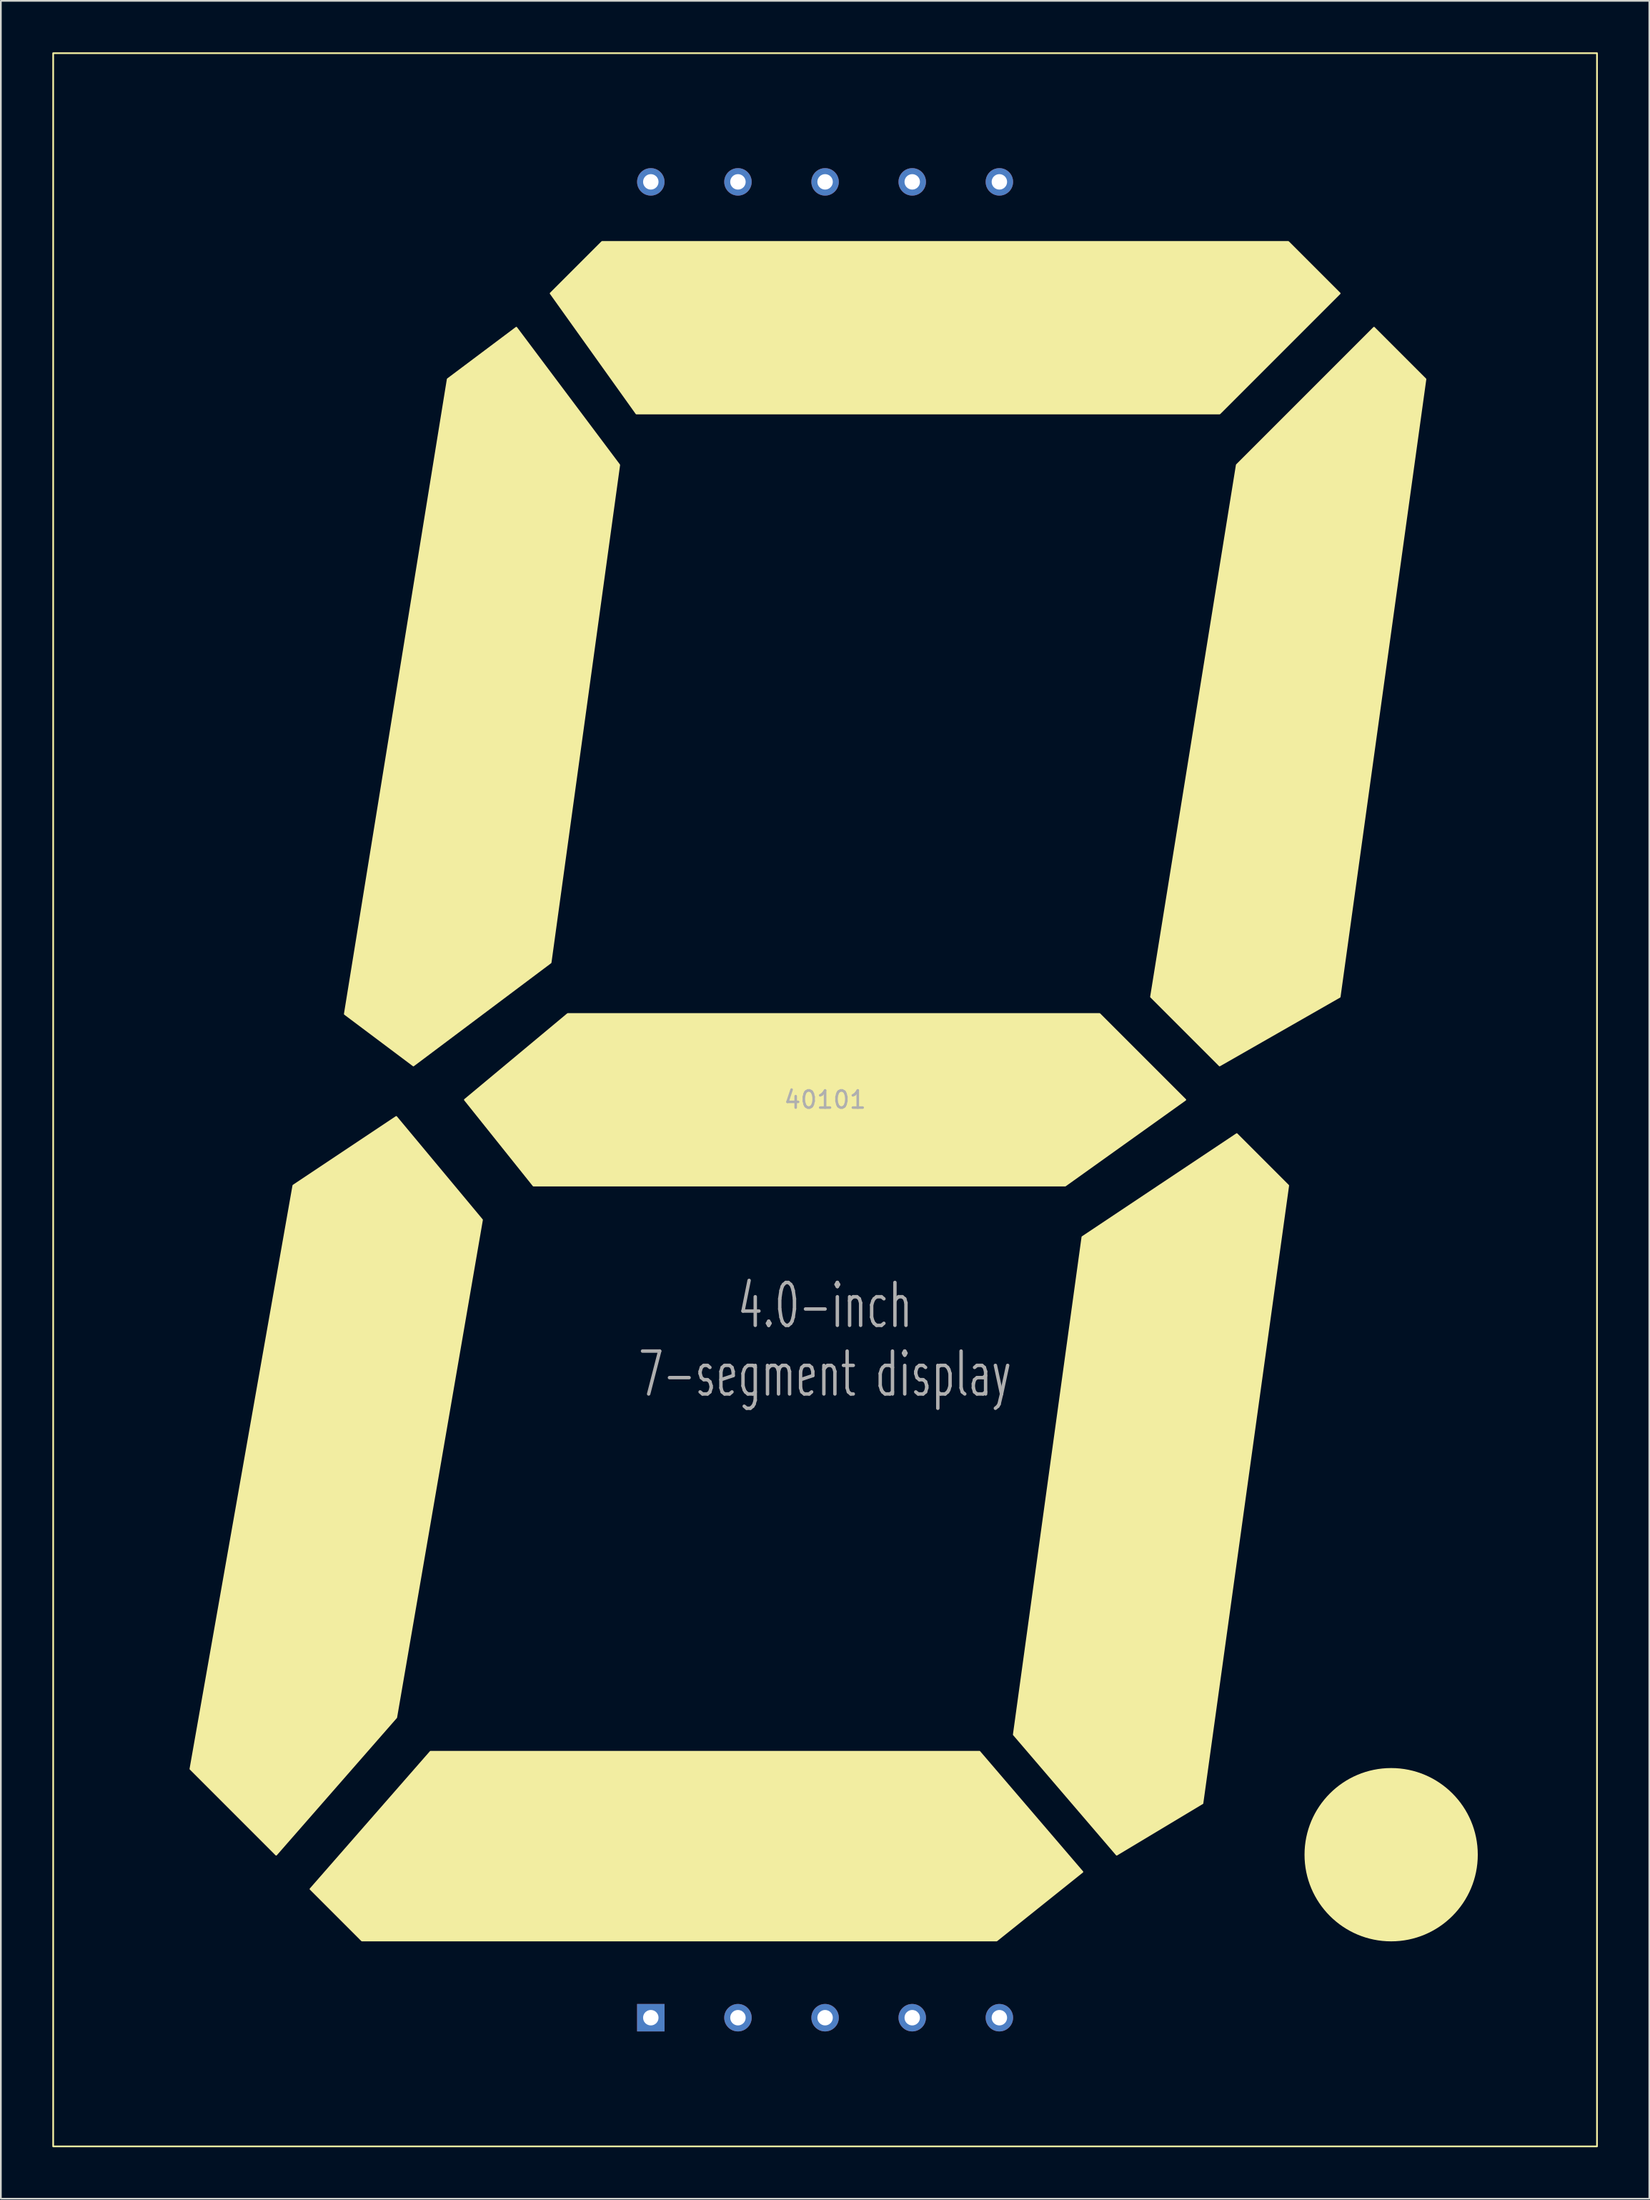
<source format=kicad_pcb>
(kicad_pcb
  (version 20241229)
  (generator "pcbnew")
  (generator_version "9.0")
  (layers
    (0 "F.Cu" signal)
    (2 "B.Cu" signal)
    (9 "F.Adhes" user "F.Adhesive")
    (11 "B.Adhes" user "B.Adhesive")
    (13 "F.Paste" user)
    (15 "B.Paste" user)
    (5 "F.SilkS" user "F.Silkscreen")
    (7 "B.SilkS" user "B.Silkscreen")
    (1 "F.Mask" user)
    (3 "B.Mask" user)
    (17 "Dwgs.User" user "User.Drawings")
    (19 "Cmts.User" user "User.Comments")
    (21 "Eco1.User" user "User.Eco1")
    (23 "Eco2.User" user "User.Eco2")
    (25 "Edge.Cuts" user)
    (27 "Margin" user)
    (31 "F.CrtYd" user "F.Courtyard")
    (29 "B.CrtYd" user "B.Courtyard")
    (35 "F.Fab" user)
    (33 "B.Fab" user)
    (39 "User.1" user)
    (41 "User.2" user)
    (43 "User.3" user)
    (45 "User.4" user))
  (footprint "40101"
    (layer "F.Cu")
    (at 45.05 61.05)
    (property "Reference" "40101" (at 0 -0.61 0) (unlocked yes) (layer "F.SilkS") (effects (font (size 1 1) (thickness 0.1))))
    (attr through_hole)
    (fp_rect (start -45 -61) (end 45 61) (stroke (width 0.1) (type default)) (fill no) (layer "F.SilkS"))
    (fp_circle (center 33 44) (end 38 44) (stroke (width 0.1) (type solid)) (fill yes) (layer "F.SilkS"))
    (fp_poly (pts (xy -25 1) (xy -20 7) (xy -25 36) (xy -32 44) (xy -37 39) (xy -31 5)) (stroke (width 0.1) (type solid)) (fill yes) (layer "F.SilkS"))
    (fp_poly (pts (xy -23 38) (xy 9 38) (xy 15 45) (xy 10 49) (xy -27 49) (xy -30 46)) (stroke (width 0.1) (type solid)) (fill yes) (layer "F.SilkS"))
    (fp_poly (pts (xy -18 -45) (xy -12 -37) (xy -16 -8) (xy -24 -2) (xy -28 -5) (xy -22 -42)) (stroke (width 0.1) (type solid)) (fill yes) (layer "F.SilkS"))
    (fp_poly (pts (xy -13 -50) (xy 27 -50) (xy 30 -47) (xy 23 -40) (xy -11 -40) (xy -16 -47)) (stroke (width 0.1) (type solid)) (fill yes) (layer "F.SilkS"))
    (fp_poly (pts (xy 21 0) (xy 14 5) (xy -17 5) (xy -21 0) (xy -15 -5) (xy 16 -5)) (stroke (width 0.1) (type solid)) (fill yes) (layer "F.SilkS"))
    (fp_poly (pts (xy 24 -37) (xy 32 -45) (xy 35 -42) (xy 30 -6) (xy 23 -2) (xy 19 -6)) (stroke (width 0.1) (type solid)) (fill yes) (layer "F.SilkS"))
    (fp_poly (pts (xy 24 2) (xy 27 5) (xy 22 41) (xy 17 44) (xy 11 37) (xy 15 8)) (stroke (width 0.1) (type solid)) (fill yes) (layer "F.SilkS"))
    (fp_text user "4.0-inch" (at 0 12 0) (unlocked yes) (layer "F.Fab") (effects (font (size 2.5 1.5) (thickness 0.2))))
    (fp_text user "${REFERENCE}" (at 0 0 0) (unlocked yes) (layer "F.Fab") (effects (font (size 1 1) (thickness 0.15))))
    (fp_text user "7-segment display" (at 0 16 0) (unlocked yes) (layer "F.Fab") (effects (font (size 2.5 1.5) (thickness 0.2))))
    (pad "1" thru_hole rect (at -10.16 53.5) (size 1.6 1.6) (drill 0.9) (layers "*.Cu" "*.Mask"))
    (pad "2" thru_hole circle (at -5.08 53.5) (size 1.6 1.6) (drill 0.9) (layers "*.Cu" "*.Mask"))
    (pad "3" thru_hole circle (at 0 53.5) (size 1.6 1.6) (drill 0.9) (layers "*.Cu" "*.Mask"))
    (pad "4" thru_hole circle (at 5.08 53.5) (size 1.6 1.6) (drill 0.9) (layers "*.Cu" "*.Mask"))
    (pad "5" thru_hole circle (at 10.16 53.5) (size 1.6 1.6) (drill 0.9) (layers "*.Cu" "*.Mask"))
    (pad "6" thru_hole circle (at 10.16 -53.5) (size 1.6 1.6) (drill 0.9) (layers "*.Cu" "*.Mask"))
    (pad "7" thru_hole circle (at 5.08 -53.5) (size 1.6 1.6) (drill 0.9) (layers "*.Cu" "*.Mask"))
    (pad "8" thru_hole circle (at 0 -53.5) (size 1.6 1.6) (drill 0.9) (layers "*.Cu" "*.Mask"))
    (pad "9" thru_hole circle (at -5.08 -53.5) (size 1.6 1.6) (drill 0.9) (layers "*.Cu" "*.Mask"))
    (pad "10" thru_hole circle (at -10.16 -53.5) (size 1.6 1.6) (drill 0.9) (layers "*.Cu" "*.Mask")))
  (gr_rect
    (start -3 -3)
    (end 93.1 125.1)
    (stroke (width 0.1) (type default))
    (fill no)
    (layer "Edge.Cuts")))
</source>
